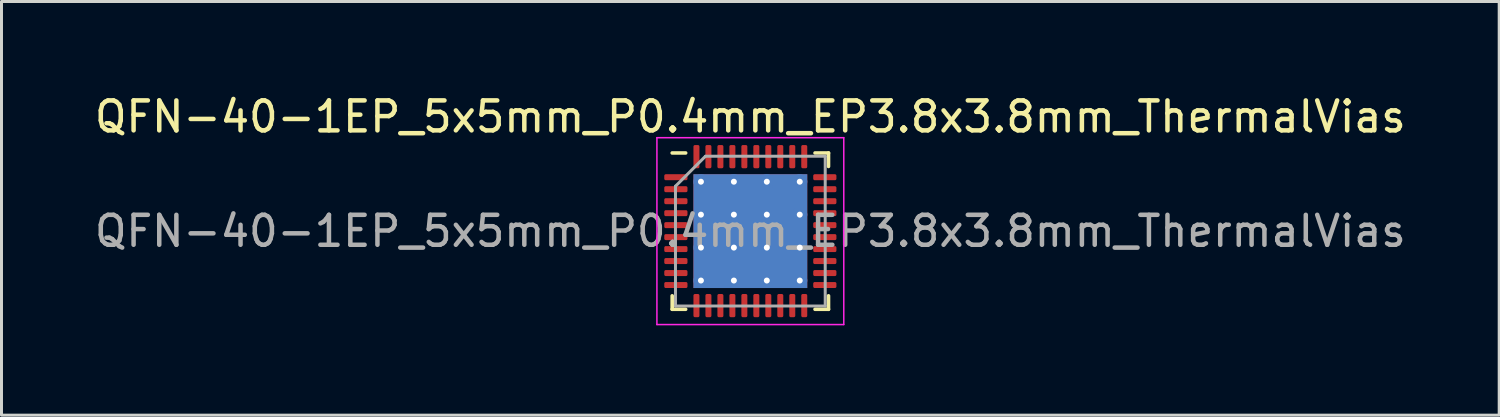
<source format=kicad_pcb>
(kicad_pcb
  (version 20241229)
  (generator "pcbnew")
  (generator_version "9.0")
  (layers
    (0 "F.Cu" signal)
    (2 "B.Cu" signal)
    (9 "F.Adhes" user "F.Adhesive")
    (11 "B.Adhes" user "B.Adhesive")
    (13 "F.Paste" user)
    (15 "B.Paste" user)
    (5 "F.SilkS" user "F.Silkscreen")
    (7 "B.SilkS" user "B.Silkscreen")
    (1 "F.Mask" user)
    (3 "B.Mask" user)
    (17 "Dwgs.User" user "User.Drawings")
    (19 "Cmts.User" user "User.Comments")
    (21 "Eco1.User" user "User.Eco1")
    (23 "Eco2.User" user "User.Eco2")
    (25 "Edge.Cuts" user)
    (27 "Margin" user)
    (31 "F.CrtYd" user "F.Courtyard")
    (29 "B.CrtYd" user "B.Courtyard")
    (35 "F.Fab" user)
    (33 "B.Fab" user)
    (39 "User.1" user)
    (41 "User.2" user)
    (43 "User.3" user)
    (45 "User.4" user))
  (footprint "QFN-40-1EP_5x5mm_P0.4mm_EP3.8x3.8mm_ThermalVias"
    (layer "F.Cu")
    (at 22.006 4.668)
    (property "Reference" "QFN-40-1EP_5x5mm_P0.4mm_EP3.8x3.8mm_ThermalVias" (at 0 -3.82 0) (layer "F.SilkS") (effects (font (size 1 1) (thickness 0.15))))
    (attr smd)
    (fp_line (start -2.61 2.61) (end -2.61 2.16) (stroke (width 0.12) (type solid)) (layer "F.SilkS"))
    (fp_line (start -2.16 -2.61) (end -2.61 -2.61) (stroke (width 0.12) (type solid)) (layer "F.SilkS"))
    (fp_line (start -2.16 2.61) (end -2.61 2.61) (stroke (width 0.12) (type solid)) (layer "F.SilkS"))
    (fp_line (start 2.16 -2.61) (end 2.61 -2.61) (stroke (width 0.12) (type solid)) (layer "F.SilkS"))
    (fp_line (start 2.16 2.61) (end 2.61 2.61) (stroke (width 0.12) (type solid)) (layer "F.SilkS"))
    (fp_line (start 2.61 -2.61) (end 2.61 -2.16) (stroke (width 0.12) (type solid)) (layer "F.SilkS"))
    (fp_line (start 2.61 2.61) (end 2.61 2.16) (stroke (width 0.12) (type solid)) (layer "F.SilkS"))
    (fp_line (start -3.12 -3.12) (end -3.12 3.12) (stroke (width 0.05) (type solid)) (layer "F.CrtYd"))
    (fp_line (start -3.12 3.12) (end 3.12 3.12) (stroke (width 0.05) (type solid)) (layer "F.CrtYd"))
    (fp_line (start 3.12 -3.12) (end -3.12 -3.12) (stroke (width 0.05) (type solid)) (layer "F.CrtYd"))
    (fp_line (start 3.12 3.12) (end 3.12 -3.12) (stroke (width 0.05) (type solid)) (layer "F.CrtYd"))
    (fp_line (start -2.5 -1.5) (end -1.5 -2.5) (stroke (width 0.1) (type solid)) (layer "F.Fab"))
    (fp_line (start -2.5 2.5) (end -2.5 -1.5) (stroke (width 0.1) (type solid)) (layer "F.Fab"))
    (fp_line (start -1.5 -2.5) (end 2.5 -2.5) (stroke (width 0.1) (type solid)) (layer "F.Fab"))
    (fp_line (start 2.5 -2.5) (end 2.5 2.5) (stroke (width 0.1) (type solid)) (layer "F.Fab"))
    (fp_line (start 2.5 2.5) (end -2.5 2.5) (stroke (width 0.1) (type solid)) (layer "F.Fab"))
    (fp_text user "${REFERENCE}" (at 0 0 0) (layer "F.Fab") (effects (font (size 1 1) (thickness 0.15))))
    (pad "" smd custom (at -1.1 -1.1) (size 0.865 0.865) (layers "F.Paste") (options (anchor circle)) (primitives (gr_poly (pts (xy 0.375 -0.279) (xy 0.375 0.279) (xy 0.279 0.375) (xy -0.279 0.375) (xy -0.375 0.279) (xy -0.375 -0.279) (xy -0.279 -0.375) (xy 0.279 -0.375)) (width 0.232) (fill yes))))
    (pad "" smd custom (at -1.1 0) (size 0.865 0.865) (layers "F.Paste") (options (anchor circle)) (primitives (gr_poly (pts (xy 0.375 -0.279) (xy 0.375 0.279) (xy 0.279 0.375) (xy -0.279 0.375) (xy -0.375 0.279) (xy -0.375 -0.279) (xy -0.279 -0.375) (xy 0.279 -0.375)) (width 0.232) (fill yes))))
    (pad "" smd custom (at -1.1 1.1) (size 0.865 0.865) (layers "F.Paste") (options (anchor circle)) (primitives (gr_poly (pts (xy 0.375 -0.279) (xy 0.375 0.279) (xy 0.279 0.375) (xy -0.279 0.375) (xy -0.375 0.279) (xy -0.375 -0.279) (xy -0.279 -0.375) (xy 0.279 -0.375)) (width 0.232) (fill yes))))
    (pad "" smd custom (at 0 -1.1) (size 0.865 0.865) (layers "F.Paste") (options (anchor circle)) (primitives (gr_poly (pts (xy 0.375 -0.279) (xy 0.375 0.279) (xy 0.279 0.375) (xy -0.279 0.375) (xy -0.375 0.279) (xy -0.375 -0.279) (xy -0.279 -0.375) (xy 0.279 -0.375)) (width 0.232) (fill yes))))
    (pad "" smd custom (at 0 0) (size 0.865 0.865) (layers "F.Paste") (options (anchor circle)) (primitives (gr_poly (pts (xy 0.375 -0.279) (xy 0.375 0.279) (xy 0.279 0.375) (xy -0.279 0.375) (xy -0.375 0.279) (xy -0.375 -0.279) (xy -0.279 -0.375) (xy 0.279 -0.375)) (width 0.232) (fill yes))))
    (pad "" smd custom (at 0 1.1) (size 0.865 0.865) (layers "F.Paste") (options (anchor circle)) (primitives (gr_poly (pts (xy 0.375 -0.279) (xy 0.375 0.279) (xy 0.279 0.375) (xy -0.279 0.375) (xy -0.375 0.279) (xy -0.375 -0.279) (xy -0.279 -0.375) (xy 0.279 -0.375)) (width 0.232) (fill yes))))
    (pad "" smd custom (at 1.1 -1.1) (size 0.865 0.865) (layers "F.Paste") (options (anchor circle)) (primitives (gr_poly (pts (xy 0.375 -0.279) (xy 0.375 0.279) (xy 0.279 0.375) (xy -0.279 0.375) (xy -0.375 0.279) (xy -0.375 -0.279) (xy -0.279 -0.375) (xy 0.279 -0.375)) (width 0.232) (fill yes))))
    (pad "" smd custom (at 1.1 0) (size 0.865 0.865) (layers "F.Paste") (options (anchor circle)) (primitives (gr_poly (pts (xy 0.375 -0.279) (xy 0.375 0.279) (xy 0.279 0.375) (xy -0.279 0.375) (xy -0.375 0.279) (xy -0.375 -0.279) (xy -0.279 -0.375) (xy 0.279 -0.375)) (width 0.232) (fill yes))))
    (pad "" smd custom (at 1.1 1.1) (size 0.865 0.865) (layers "F.Paste") (options (anchor circle)) (primitives (gr_poly (pts (xy 0.375 -0.279) (xy 0.375 0.279) (xy 0.279 0.375) (xy -0.279 0.375) (xy -0.375 0.279) (xy -0.375 -0.279) (xy -0.279 -0.375) (xy 0.279 -0.375)) (width 0.232) (fill yes))))
    (pad "1" smd roundrect (at -2.487 -1.8) (size 0.775 0.2) (layers "F.Cu" "F.Mask" "F.Paste") (roundrect_rratio 0.25))
    (pad "2" smd roundrect (at -2.487 -1.4) (size 0.775 0.2) (layers "F.Cu" "F.Mask" "F.Paste") (roundrect_rratio 0.25))
    (pad "3" smd roundrect (at -2.487 -1) (size 0.775 0.2) (layers "F.Cu" "F.Mask" "F.Paste") (roundrect_rratio 0.25))
    (pad "4" smd roundrect (at -2.487 -0.6) (size 0.775 0.2) (layers "F.Cu" "F.Mask" "F.Paste") (roundrect_rratio 0.25))
    (pad "5" smd roundrect (at -2.487 -0.2) (size 0.775 0.2) (layers "F.Cu" "F.Mask" "F.Paste") (roundrect_rratio 0.25))
    (pad "6" smd roundrect (at -2.487 0.2) (size 0.775 0.2) (layers "F.Cu" "F.Mask" "F.Paste") (roundrect_rratio 0.25))
    (pad "7" smd roundrect (at -2.487 0.6) (size 0.775 0.2) (layers "F.Cu" "F.Mask" "F.Paste") (roundrect_rratio 0.25))
    (pad "8" smd roundrect (at -2.487 1) (size 0.775 0.2) (layers "F.Cu" "F.Mask" "F.Paste") (roundrect_rratio 0.25))
    (pad "9" smd roundrect (at -2.487 1.4) (size 0.775 0.2) (layers "F.Cu" "F.Mask" "F.Paste") (roundrect_rratio 0.25))
    (pad "10" smd roundrect (at -2.487 1.8) (size 0.775 0.2) (layers "F.Cu" "F.Mask" "F.Paste") (roundrect_rratio 0.25))
    (pad "11" smd roundrect (at -1.8 2.487) (size 0.2 0.775) (layers "F.Cu" "F.Mask" "F.Paste") (roundrect_rratio 0.25))
    (pad "12" smd roundrect (at -1.4 2.487) (size 0.2 0.775) (layers "F.Cu" "F.Mask" "F.Paste") (roundrect_rratio 0.25))
    (pad "13" smd roundrect (at -1 2.487) (size 0.2 0.775) (layers "F.Cu" "F.Mask" "F.Paste") (roundrect_rratio 0.25))
    (pad "14" smd roundrect (at -0.6 2.487) (size 0.2 0.775) (layers "F.Cu" "F.Mask" "F.Paste") (roundrect_rratio 0.25))
    (pad "15" smd roundrect (at -0.2 2.487) (size 0.2 0.775) (layers "F.Cu" "F.Mask" "F.Paste") (roundrect_rratio 0.25))
    (pad "16" smd roundrect (at 0.2 2.487) (size 0.2 0.775) (layers "F.Cu" "F.Mask" "F.Paste") (roundrect_rratio 0.25))
    (pad "17" smd roundrect (at 0.6 2.487) (size 0.2 0.775) (layers "F.Cu" "F.Mask" "F.Paste") (roundrect_rratio 0.25))
    (pad "18" smd roundrect (at 1 2.487) (size 0.2 0.775) (layers "F.Cu" "F.Mask" "F.Paste") (roundrect_rratio 0.25))
    (pad "19" smd roundrect (at 1.4 2.487) (size 0.2 0.775) (layers "F.Cu" "F.Mask" "F.Paste") (roundrect_rratio 0.25))
    (pad "20" smd roundrect (at 1.8 2.487) (size 0.2 0.775) (layers "F.Cu" "F.Mask" "F.Paste") (roundrect_rratio 0.25))
    (pad "21" smd roundrect (at 2.487 1.8) (size 0.775 0.2) (layers "F.Cu" "F.Mask" "F.Paste") (roundrect_rratio 0.25))
    (pad "22" smd roundrect (at 2.487 1.4) (size 0.775 0.2) (layers "F.Cu" "F.Mask" "F.Paste") (roundrect_rratio 0.25))
    (pad "23" smd roundrect (at 2.487 1) (size 0.775 0.2) (layers "F.Cu" "F.Mask" "F.Paste") (roundrect_rratio 0.25))
    (pad "24" smd roundrect (at 2.487 0.6) (size 0.775 0.2) (layers "F.Cu" "F.Mask" "F.Paste") (roundrect_rratio 0.25))
    (pad "25" smd roundrect (at 2.487 0.2) (size 0.775 0.2) (layers "F.Cu" "F.Mask" "F.Paste") (roundrect_rratio 0.25))
    (pad "26" smd roundrect (at 2.487 -0.2) (size 0.775 0.2) (layers "F.Cu" "F.Mask" "F.Paste") (roundrect_rratio 0.25))
    (pad "27" smd roundrect (at 2.487 -0.6) (size 0.775 0.2) (layers "F.Cu" "F.Mask" "F.Paste") (roundrect_rratio 0.25))
    (pad "28" smd roundrect (at 2.487 -1) (size 0.775 0.2) (layers "F.Cu" "F.Mask" "F.Paste") (roundrect_rratio 0.25))
    (pad "29" smd roundrect (at 2.487 -1.4) (size 0.775 0.2) (layers "F.Cu" "F.Mask" "F.Paste") (roundrect_rratio 0.25))
    (pad "30" smd roundrect (at 2.487 -1.8) (size 0.775 0.2) (layers "F.Cu" "F.Mask" "F.Paste") (roundrect_rratio 0.25))
    (pad "31" smd roundrect (at 1.8 -2.487) (size 0.2 0.775) (layers "F.Cu" "F.Mask" "F.Paste") (roundrect_rratio 0.25))
    (pad "32" smd roundrect (at 1.4 -2.487) (size 0.2 0.775) (layers "F.Cu" "F.Mask" "F.Paste") (roundrect_rratio 0.25))
    (pad "33" smd roundrect (at 1 -2.487) (size 0.2 0.775) (layers "F.Cu" "F.Mask" "F.Paste") (roundrect_rratio 0.25))
    (pad "34" smd roundrect (at 0.6 -2.487) (size 0.2 0.775) (layers "F.Cu" "F.Mask" "F.Paste") (roundrect_rratio 0.25))
    (pad "35" smd roundrect (at 0.2 -2.487) (size 0.2 0.775) (layers "F.Cu" "F.Mask" "F.Paste") (roundrect_rratio 0.25))
    (pad "36" smd roundrect (at -0.2 -2.487) (size 0.2 0.775) (layers "F.Cu" "F.Mask" "F.Paste") (roundrect_rratio 0.25))
    (pad "37" smd roundrect (at -0.6 -2.487) (size 0.2 0.775) (layers "F.Cu" "F.Mask" "F.Paste") (roundrect_rratio 0.25))
    (pad "38" smd roundrect (at -1 -2.487) (size 0.2 0.775) (layers "F.Cu" "F.Mask" "F.Paste") (roundrect_rratio 0.25))
    (pad "39" smd roundrect (at -1.4 -2.487) (size 0.2 0.775) (layers "F.Cu" "F.Mask" "F.Paste") (roundrect_rratio 0.25))
    (pad "40" smd roundrect (at -1.8 -2.487) (size 0.2 0.775) (layers "F.Cu" "F.Mask" "F.Paste") (roundrect_rratio 0.25))
    (pad "41" thru_hole circle (at -1.65 -1.65) (size 0.5 0.5) (drill 0.2) (layers "*.Cu"))
    (pad "41" thru_hole circle (at -1.65 -0.55) (size 0.5 0.5) (drill 0.2) (layers "*.Cu"))
    (pad "41" thru_hole circle (at -1.65 0.55) (size 0.5 0.5) (drill 0.2) (layers "*.Cu"))
    (pad "41" thru_hole circle (at -1.65 1.65) (size 0.5 0.5) (drill 0.2) (layers "*.Cu"))
    (pad "41" thru_hole circle (at -0.55 -1.65) (size 0.5 0.5) (drill 0.2) (layers "*.Cu"))
    (pad "41" thru_hole circle (at -0.55 -0.55) (size 0.5 0.5) (drill 0.2) (layers "*.Cu"))
    (pad "41" thru_hole circle (at -0.55 0.55) (size 0.5 0.5) (drill 0.2) (layers "*.Cu"))
    (pad "41" thru_hole circle (at -0.55 1.65) (size 0.5 0.5) (drill 0.2) (layers "*.Cu"))
    (pad "41" smd rect (at 0 0) (size 3.8 3.8) (layers "F.Cu" "F.Mask"))
    (pad "41" smd rect (at 0 0) (size 3.8 3.8) (layers "B.Cu"))
    (pad "41" thru_hole circle (at 0.55 -1.65) (size 0.5 0.5) (drill 0.2) (layers "*.Cu"))
    (pad "41" thru_hole circle (at 0.55 -0.55) (size 0.5 0.5) (drill 0.2) (layers "*.Cu"))
    (pad "41" thru_hole circle (at 0.55 0.55) (size 0.5 0.5) (drill 0.2) (layers "*.Cu"))
    (pad "41" thru_hole circle (at 0.55 1.65) (size 0.5 0.5) (drill 0.2) (layers "*.Cu"))
    (pad "41" thru_hole circle (at 1.65 -1.65) (size 0.5 0.5) (drill 0.2) (layers "*.Cu"))
    (pad "41" thru_hole circle (at 1.65 -0.55) (size 0.5 0.5) (drill 0.2) (layers "*.Cu"))
    (pad "41" thru_hole circle (at 1.65 0.55) (size 0.5 0.5) (drill 0.2) (layers "*.Cu"))
    (pad "41" thru_hole circle (at 1.65 1.65) (size 0.5 0.5) (drill 0.2) (layers "*.Cu")))
  (gr_rect
    (start -3 -3)
    (end 47.012 10.813)
    (stroke (width 0.1) (type default))
    (fill no)
    (layer "Edge.Cuts")))
</source>
